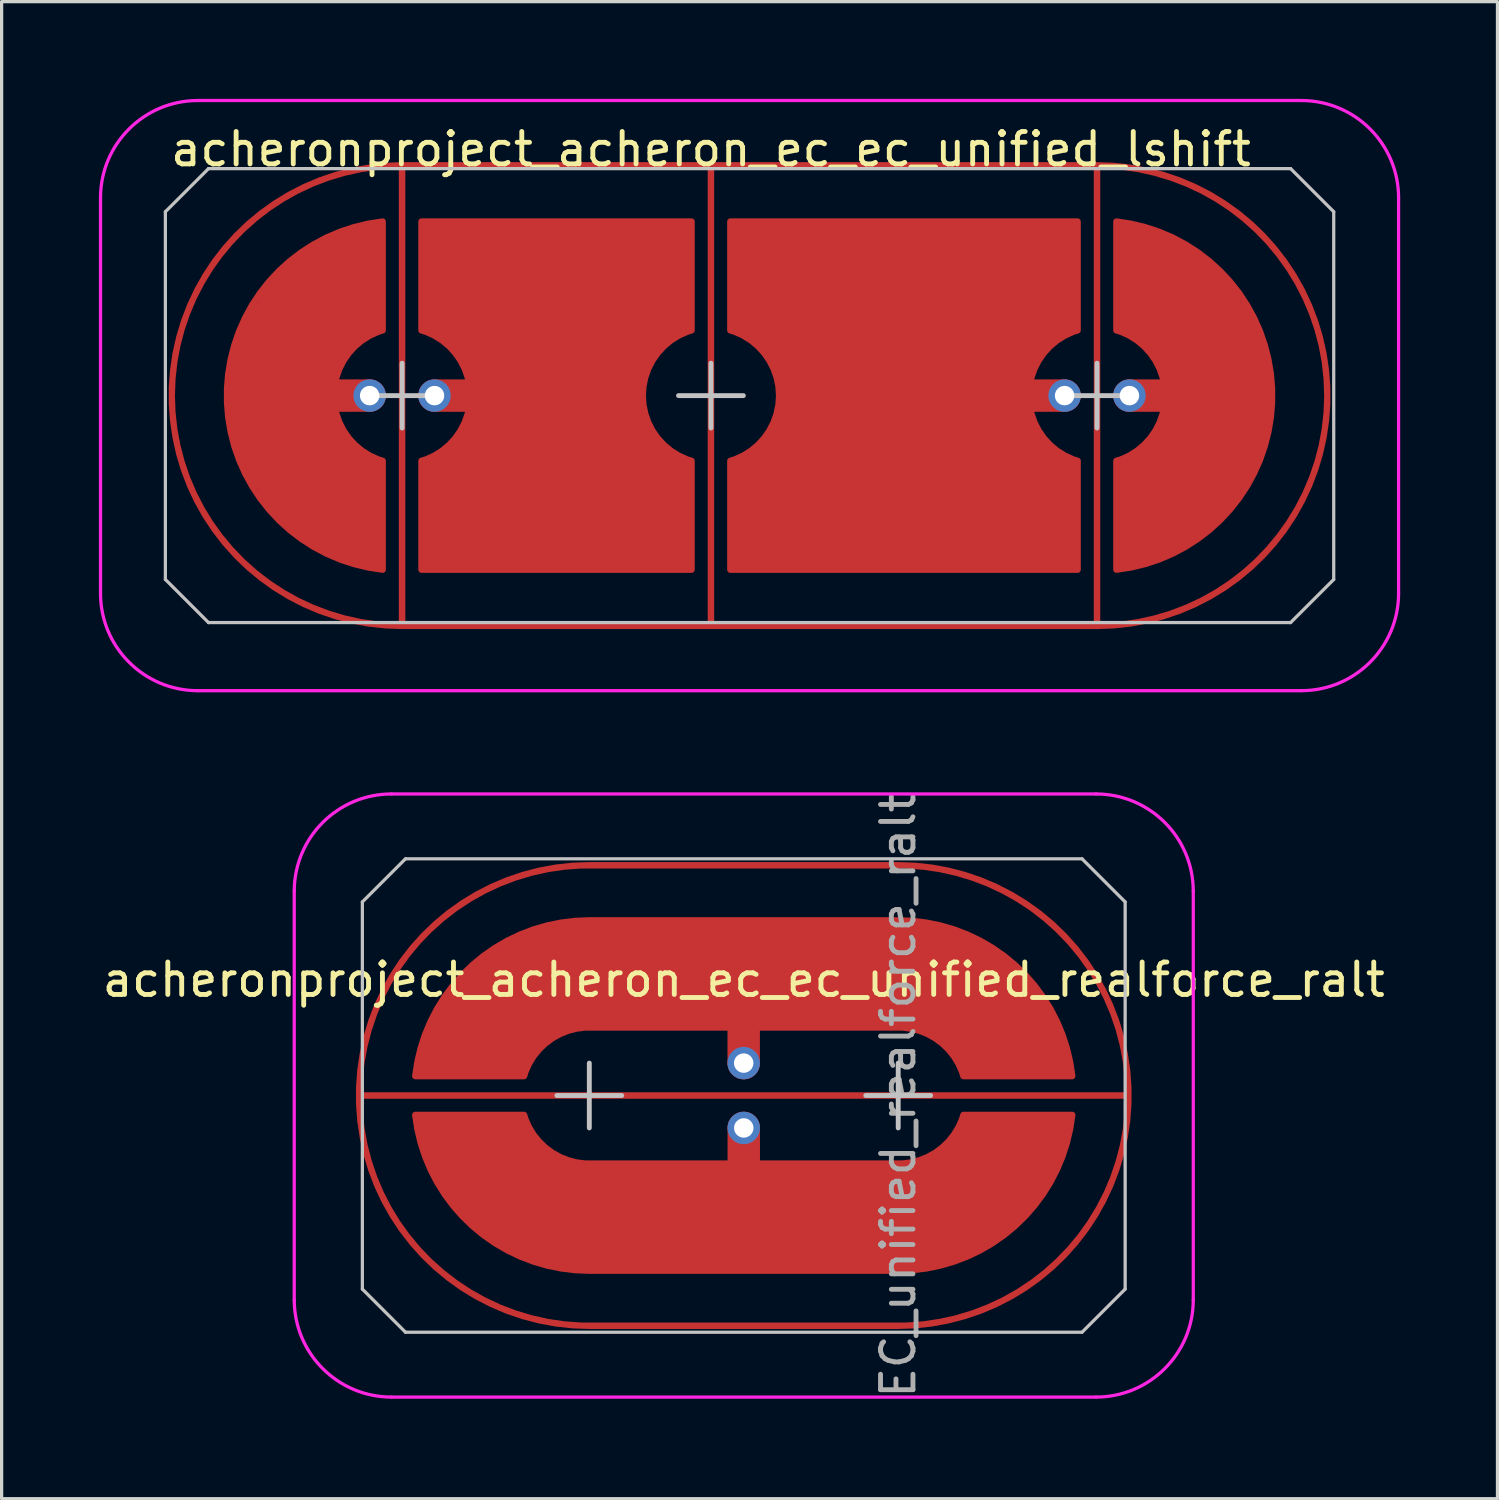
<source format=kicad_pcb>
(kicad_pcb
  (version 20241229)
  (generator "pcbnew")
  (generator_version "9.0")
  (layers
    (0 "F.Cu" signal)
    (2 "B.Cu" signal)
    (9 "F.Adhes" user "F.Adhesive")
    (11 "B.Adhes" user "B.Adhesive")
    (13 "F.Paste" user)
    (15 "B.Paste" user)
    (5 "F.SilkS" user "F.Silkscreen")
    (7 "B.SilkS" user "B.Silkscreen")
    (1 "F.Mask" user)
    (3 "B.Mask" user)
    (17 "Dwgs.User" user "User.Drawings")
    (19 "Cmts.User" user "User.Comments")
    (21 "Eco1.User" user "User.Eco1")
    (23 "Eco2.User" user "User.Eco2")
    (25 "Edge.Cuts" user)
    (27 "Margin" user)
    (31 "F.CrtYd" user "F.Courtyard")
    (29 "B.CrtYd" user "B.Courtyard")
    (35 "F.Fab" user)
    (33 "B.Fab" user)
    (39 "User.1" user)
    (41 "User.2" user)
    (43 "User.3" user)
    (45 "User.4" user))
  (footprint "acheronproject_acheron_ec_ec_unified_lshift"
    (layer "F.Cu")
    (at 18.875 9.15)
    (property "Reference" "acheronproject_acheron_ec_ec_unified_lshift" (at 0 -7.6 0) (layer "F.SilkS") (effects (font (size 1 1) (thickness 0.15))))
    (attr through_hole)
    (fp_line (start -16.825 -5.67) (end -15.495 -7) (stroke (width 0.1) (type solid)) (layer "Dwgs.User"))
    (fp_line (start -16.825 5.67) (end -16.825 -5.67) (stroke (width 0.1) (type solid)) (layer "Dwgs.User"))
    (fp_line (start -16.825 5.67) (end -15.495 7) (stroke (width 0.1) (type solid)) (layer "Dwgs.User"))
    (fp_line (start -15.495 -7) (end 17.876 -7) (stroke (width 0.1) (type solid)) (layer "Dwgs.User"))
    (fp_line (start -10.525 0) (end -8.525 0) (stroke (width 0.15) (type default)) (layer "Dwgs.User"))
    (fp_line (start -9.525 -1) (end -9.525 1) (stroke (width 0.15) (type default)) (layer "Dwgs.User"))
    (fp_line (start -1 0) (end 1 0) (stroke (width 0.15) (type default)) (layer "Dwgs.User"))
    (fp_line (start 0 -1) (end 0 1) (stroke (width 0.15) (type default)) (layer "Dwgs.User"))
    (fp_line (start 10.906 0) (end 12.906 0) (stroke (width 0.15) (type default)) (layer "Dwgs.User"))
    (fp_line (start 11.906 -1) (end 11.906 1) (stroke (width 0.15) (type default)) (layer "Dwgs.User"))
    (fp_line (start 17.876 -7) (end 19.206 -5.67) (stroke (width 0.1) (type solid)) (layer "Dwgs.User"))
    (fp_line (start 17.876 7) (end -15.495 7) (stroke (width 0.1) (type solid)) (layer "Dwgs.User"))
    (fp_line (start 19.206 -5.67) (end 19.206 5.67) (stroke (width 0.1) (type solid)) (layer "Dwgs.User"))
    (fp_line (start 19.206 5.67) (end 17.876 7) (stroke (width 0.1) (type solid)) (layer "Dwgs.User"))
    (fp_line (start -18.825 6.1) (end -18.825 -6.1) (stroke (width 0.1) (type solid)) (layer "F.CrtYd"))
    (fp_line (start -15.825 -9.1) (end 18.206 -9.1) (stroke (width 0.1) (type solid)) (layer "F.CrtYd"))
    (fp_line (start -15.825 9.1) (end 18.206 9.1) (stroke (width 0.1) (type solid)) (layer "F.CrtYd"))
    (fp_line (start 21.206 6.1) (end 21.206 -6.1) (stroke (width 0.1) (type solid)) (layer "F.CrtYd"))
    (fp_arc (start -18.825 -6.1) (mid -17.94632 -8.22132) (end -15.825 -9.1) (stroke (width 0.1) (type solid)) (layer "F.CrtYd"))
    (fp_arc (start -15.825 9.1) (mid -17.94632 8.22132) (end -18.825 6.1) (stroke (width 0.1) (type solid)) (layer "F.CrtYd"))
    (fp_arc (start 18.20625 -9.1) (mid 20.32757 -8.22132) (end 21.20625 -6.1) (stroke (width 0.1) (type solid)) (layer "F.CrtYd"))
    (fp_arc (start 21.20625 6.1) (mid 20.32757 8.22132) (end 18.20625 9.1) (stroke (width 0.1) (type solid)) (layer "F.CrtYd"))
    (pad "" smd circle (at -10.525 0) (size 0.55 0.55) (layers "F.Mask"))
    (pad "" smd circle (at -8.525 0) (size 0.55 0.55) (layers "F.Mask"))
    (pad "" smd circle (at 10.906 0) (size 0.55 0.55) (layers "F.Mask"))
    (pad "" smd circle (at 12.906 0) (size 0.55 0.55) (layers "F.Mask"))
    (pad "1" smd custom (at -9.525 0 90) (size 0.2 0.2) (layers "F.Cu") (options (anchor circle)) (primitives (gr_line (start 7.1 0) (end -7.1 0) (width 0.2)) (gr_arc (start -7.1 0) (mid 0 -7.1) (end 7.1 0) (width 0.2)) (gr_line (start 7.1 0) (end 7.1 21.431) (width 0.2)) (gr_line (start -7.1 21.431) (end 7.1 21.431) (width 0.2)) (gr_arc (start 7.1 21.43125) (mid 0 28.53125) (end -7.1 21.43125) (width 0.2)) (gr_line (start -7.1 9.525) (end 7.1 9.525) (width 0.2)) (gr_line (start -7.1 0) (end -7.1 21.431) (width 0.2))))
    (pad "2" smd custom (at -13.625 0) (size 0.2 0.2) (layers "F.Cu") (options (anchor circle)) (primitives (gr_poly (pts (xy 3.1 5.3) (xy 2.1 5) (xy 1.1 4.5) (xy 0.1 3.6) (xy -0.9 2) (xy -1.2 1) (xy -1.3 0) (xy -1.2 -1) (xy -0.9 -2) (xy 0.1 -3.6) (xy 1.1 -4.5) (xy 2.1 -5) (xy 3.1 -5.3) (xy 3.5 -5.367) (xy 3.5 -2.012) (xy 3.1 -1.8) (xy 2.2 -1) (xy 2 0) (xy 2.2 1) (xy 3.1 1.8) (xy 3.5 2.012) (xy 3.5 5.367)) (width 0) (fill yes)) (gr_line (start 3.1 0) (end 0.6 0) (width 1)) (gr_line (start 3.5 2.012) (end 3.5 5.367) (width 0.2)) (gr_line (start 3.5 -2.012) (end 3.5 -5.367) (width 0.2)) (gr_arc (start 3.5 5.366562) (mid -1.299999 0.001944) (end 3.496136 -5.366129) (width 0.2)) (gr_arc (start 3.5 2.01246) (mid 2.000002 0.001775) (end 3.496598 -2.011443) (width 0.2))))
    (pad "2" thru_hole circle (at -10.525 0) (size 1 1) (drill 0.6) (layers "*.Cu" "B.Mask"))
    (pad "2" thru_hole circle (at 10.906 0) (size 1 1) (drill 0.6) (layers "*.Cu" "B.Mask"))
    (pad "3" thru_hole circle (at -8.525 0) (size 1 1) (drill 0.6) (layers "*.Cu" "B.Mask"))
    (pad "3" smd custom (at -4.068 0 180) (size 0.2 0.2) (layers "F.Cu") (options (anchor circle)) (primitives (gr_poly (pts (xy -3.464 5.366) (xy -3.468 2.012) (xy -3.068 1.8) (xy -2.168 1) (xy -1.968 -0.002) (xy -2.168 -1) (xy -3.068 -1.8) (xy -3.468 -2.012) (xy -3.468 -5.367) (xy 4.857 -5.367) (xy 4.857 -2.012) (xy 4.457 -1.8) (xy 3.557 -1) (xy 3.357 0) (xy 3.557 1) (xy 4.457 1.8) (xy 4.857 2.012) (xy 4.857 5.367)) (width 0) (fill yes)) (gr_line (start -3.468 2.012) (end -3.468 5.367) (width 0.2)) (gr_line (start 4.857 2.012) (end 4.857 5.367) (width 0.2)) (gr_line (start 1.957 0) (end 4.457 0) (width 1)) (gr_arc (start 4.857287 2.01246) (mid 3.357289 0.001775) (end 4.853885 -2.011443) (width 0.2)) (gr_arc (start -3.467713 -2.01246) (mid -1.967715 -0.001775) (end -3.464311 2.011443) (width 0.2)) (gr_line (start 4.825 2.012) (end 4.825 5.367) (width 0.2)) (gr_line (start -3.468 5.367) (end -3.468 2.012) (width 0.2)) (gr_line (start 4.857 5.367) (end -3.468 5.367) (width 0.2)) (gr_line (start -3.468 -2.012) (end -3.468 -5.367) (width 0.2)) (gr_line (start 4.857 -5.367) (end 4.857 -2.012) (width 0.2)) (gr_line (start 4.857 -2.012) (end 4.857 -5.367) (width 0.2)) (gr_line (start -3.468 -5.367) (end 4.857 -5.367) (width 0.2))))
    (pad "3" thru_hole circle (at 12.906 0) (size 1 1) (drill 0.6) (layers "*.Cu" "B.Mask"))
    (pad "4" smd custom (at 6.025 0) (size 0.2 0.2) (layers "F.Cu") (options (anchor circle)) (primitives (gr_poly (pts (xy -5.421 5.366) (xy -5.425 2.012) (xy -5.025 1.8) (xy -4.125 1) (xy -3.925 -0.002) (xy -4.125 -1) (xy -5.025 -1.8) (xy -5.425 -2.012) (xy -5.425 -5.367) (xy 5.275 -5.367) (xy 5.281 -2.011) (xy 5.031 -1.883) (xy 4.881 -1.8) (xy 3.981 -1) (xy 3.781 0.002) (xy 3.981 1) (xy 4.881 1.8) (xy 5.285 2.012) (xy 5.281 5.367)) (width 0) (fill yes)) (gr_arc (start 5.28125 2.01246) (mid 3.781252 0.001775) (end 5.277848 -2.011443) (width 0.2)) (gr_line (start 5.281 2.012) (end 5.281 5.367) (width 0.2)) (gr_line (start 5.281 -2.012) (end 5.281 -5.367) (width 0.2)) (gr_line (start 4.881 0) (end 2.381 0) (width 1)) (gr_line (start -5.425 -5.367) (end 5.275 -5.367) (width 0.2)) (gr_line (start -5.425 -2.012) (end -5.425 -5.367) (width 0.2)) (gr_line (start 5.281 5.367) (end -5.425 5.367) (width 0.2)) (gr_line (start -5.425 5.367) (end -5.425 2.012) (width 0.2)) (gr_arc (start -5.425 -2.01246) (mid -3.925002 -0.001775) (end -5.421598 2.011443) (width 0.2)) (gr_line (start -5.425 2.012) (end -5.425 5.367) (width 0.2)) (gr_arc (start 5.284652 2.01246) (mid 3.784652 0.001775) (end 5.28125 -2.011443) (width 0.2)) (gr_line (start 0 0) (end 2.5 0) (width 1))))
    (pad "5" smd custom (at 16.006 0) (size 0.2 0.2) (layers "F.Cu") (options (anchor circle)) (primitives (gr_poly (pts (xy -3.1 -5.3) (xy -2.1 -5) (xy -1.1 -4.5) (xy -0.1 -3.6) (xy 0.9 -2) (xy 1.2 -1) (xy 1.3 0) (xy 1.2 1) (xy 0.9 2) (xy -0.1 3.6) (xy -1.1 4.5) (xy -2.1 5) (xy -3.5 5.367) (xy -3.5 2.012) (xy -3.1 1.8) (xy -2.2 1) (xy -2 0) (xy -2.2 -1) (xy -3.1 -1.8) (xy -3.5 -2.012) (xy -3.5 -5.367)) (width 0) (fill yes)) (gr_line (start -3.5 -2.012) (end -3.5 -5.367) (width 0.2)) (gr_arc (start -3.5 -2.01246) (mid -2.000002 -0.001775) (end -3.496598 2.011443) (width 0.2)) (gr_arc (start -3.5 -5.366562) (mid 1.299999 -0.001944) (end -3.496136 5.366129) (width 0.2)) (gr_line (start -3.5 2.012) (end -3.5 5.367) (width 0.2)) (gr_line (start -0.6 0) (end -3.1 0) (width 1))))
    (zone (net_name "") (layer "F.Cu") (hatch edge 0.508) (connect_pads) (min_thickness 0.254) (filled_areas_thickness no) (keepout (tracks allowed) (vias allowed) (pads allowed) (copperpour not_allowed) (footprints allowed)) (placement (enabled no)) (fill) (polygon (pts (xy 31.781 2.15) (xy 32.781 2.35) (xy 33.781 2.75) (xy 34.781 3.25) (xy 35.781 4.15) (xy 36.681 5.15) (xy 37.181 6.15) (xy 37.581 7.15) (xy 37.781 8.15) (xy 37.881 9.15) (xy 37.781 10.15) (xy 37.581 11.15) (xy 37.181 12.15) (xy 36.781 12.95) (xy 35.781 14.25) (xy 34.781 15.05) (xy 33.781 15.65) (xy 32.781 15.95) (xy 31.781 16.15) (xy 30.781 16.25) (xy 9.35 16.25) (xy 8.35 16.15) (xy 7.35 15.95) (xy 6.35 15.55) (xy 5.35 15.05) (xy 4.35 14.15) (xy 3.45 13.15) (xy 2.95 12.15) (xy 2.55 11.15) (xy 2.35 10.15) (xy 2.25 9.15) (xy 2.35 8.15) (xy 2.55 7.25) (xy 2.95 6.15) (xy 3.45 5.15) (xy 4.25 4.15) (xy 5.35 3.25) (xy 6.35 2.75) (xy 7.35 2.35) (xy 8.35 2.15) (xy 9.35 2.05) (xy 30.781 2.05)))))
  (footprint "acheronproject_acheron_ec_ec_unified_realforce_ralt"
    (layer "F.Cu")
    (at 19.887 30.735)
    (property "Reference" "acheronproject_acheron_ec_ec_unified_realforce_ralt" (at 0 -3.572 0) (layer "F.SilkS") (effects (font (size 1 1) (thickness 0.15))))
    (property "Value" "EC_unified_realforce_ralt" (at 0 0 0) (layer "F.Fab") (hide yes) (effects (font (size 1 1) (thickness 0.15))))
    (attr through_hole)
    (fp_line (start -11.762 -5.97) (end -10.432 -7.3) (stroke (width 0.1) (type solid)) (layer "Dwgs.User"))
    (fp_line (start -11.762 5.97) (end -11.762 -5.97) (stroke (width 0.1) (type solid)) (layer "Dwgs.User"))
    (fp_line (start -10.432 -7.3) (end 10.432 -7.3) (stroke (width 0.1) (type solid)) (layer "Dwgs.User"))
    (fp_line (start -10.432 7.3) (end -11.762 5.97) (stroke (width 0.1) (type solid)) (layer "Dwgs.User"))
    (fp_line (start -5.763 0) (end -3.763 0) (stroke (width 0.15) (type default)) (layer "Dwgs.User"))
    (fp_line (start -4.763 -1) (end -4.763 1) (stroke (width 0.15) (type default)) (layer "Dwgs.User"))
    (fp_line (start 3.763 0) (end 5.763 0) (stroke (width 0.15) (type default)) (layer "Dwgs.User"))
    (fp_line (start 4.763 -1) (end 4.763 1) (stroke (width 0.15) (type default)) (layer "Dwgs.User"))
    (fp_line (start 10.432 -7.3) (end 11.762 -5.97) (stroke (width 0.1) (type solid)) (layer "Dwgs.User"))
    (fp_line (start 10.432 7.3) (end -10.432 7.3) (stroke (width 0.1) (type solid)) (layer "Dwgs.User"))
    (fp_line (start 10.432 7.3) (end 11.762 5.97) (stroke (width 0.1) (type solid)) (layer "Dwgs.User"))
    (fp_line (start 11.762 -5.97) (end 11.762 5.97) (stroke (width 0.1) (type solid)) (layer "Dwgs.User"))
    (fp_line (start -13.863 6.3) (end -13.863 -6.3) (stroke (width 0.1) (type solid)) (layer "F.CrtYd"))
    (fp_line (start -10.863 -9.3) (end 10.863 -9.3) (stroke (width 0.1) (type solid)) (layer "F.CrtYd"))
    (fp_line (start 10.863 9.3) (end -10.863 9.3) (stroke (width 0.1) (type solid)) (layer "F.CrtYd"))
    (fp_line (start 13.863 6.3) (end 13.863 -6.3) (stroke (width 0.1) (type solid)) (layer "F.CrtYd"))
    (fp_arc (start -13.8625 -6.3) (mid -12.98382 -8.42132) (end -10.8625 -9.3) (stroke (width 0.1) (type solid)) (layer "F.CrtYd"))
    (fp_arc (start -10.8625 9.3) (mid -12.98382 8.42132) (end -13.8625 6.3) (stroke (width 0.1) (type solid)) (layer "F.CrtYd"))
    (fp_arc (start 10.8625 -9.3) (mid 12.98382 -8.42132) (end 13.8625 -6.3) (stroke (width 0.1) (type solid)) (layer "F.CrtYd"))
    (fp_arc (start 13.8625 6.3) (mid 12.98382 8.42132) (end 10.8625 9.3) (stroke (width 0.1) (type solid)) (layer "F.CrtYd"))
    (fp_text user "${VALUE}" (at 4.763 0 270) (layer "F.Fab") (effects (font (size 1 1) (thickness 0.15))))
    (pad "" smd circle (at 0 -1 90) (size 0.55 0.55) (layers "F.Mask"))
    (pad "" smd circle (at 0 1 90) (size 0.55 0.55) (layers "F.Mask"))
    (pad "1" smd custom (at 0 0 90) (size 0.2 0.2) (layers "F.Cu") (options (anchor circle)) (primitives (gr_line (start 0 -11.863) (end 0 11.863) (width 0.2)) (gr_arc (start -7.1 -4.7625) (mid 0 -11.8625) (end 7.1 -4.7625) (width 0.2)) (gr_line (start 7.1 -4.763) (end 7.1 4.763) (width 0.2)) (gr_line (start -7.1 -4.763) (end -7.1 4.763) (width 0.2)) (gr_arc (start 7.1 4.7625) (mid 0 11.8625) (end -7.1 4.7625) (width 0.2))))
    (pad "2" thru_hole circle (at 0 1 90) (size 1 1) (drill 0.6) (layers "*.Cu" "B.Mask"))
    (pad "2" smd custom (at 0 4.1 90) (size 0.2 0.2) (layers "F.Cu") (options (anchor circle)) (primitives (gr_rect (start -1.3 -4.763) (end 2 4.763) (width 0.2) (fill yes)) (gr_arc (start 3.500001 6.77496) (mid 2.416255 6.017489) (end 2.000001 4.7625) (width 0.2)) (gr_arc (start 3.499999 10.129062) (mid 0.075078 8.362499) (end -1.299999 4.7625) (width 0.2)) (gr_line (start 3.5 6.775) (end 3.5 10.129) (width 0.2)) (gr_poly (pts (xy 3.1 10.062) (xy 2.1 9.762) (xy 1.1 9.262) (xy 0.1 8.363) (xy -0.9 6.763) (xy -1.2 5.763) (xy -1.3 4.763) (xy 2 4.763) (xy 2.2 5.763) (xy 3.1 6.562) (xy 3.5 6.775) (xy 3.5 10.129)) (width 0) (fill yes)) (gr_poly (pts (xy -1.3 -4.763) (xy -1.2 -5.763) (xy -0.9 -6.763) (xy 0.1 -8.363) (xy 1.1 -9.262) (xy 2.1 -9.762) (xy 3.1 -10.062) (xy 3.5 -10.129) (xy 3.5 -6.775) (xy 3.1 -6.562) (xy 2.2 -5.763) (xy 2 -4.763)) (width 0) (fill yes)) (gr_line (start 3.1 0) (end 0.6 0) (width 1)) (gr_line (start 3.5 -6.775) (end 3.5 -10.129) (width 0.2)) (gr_arc (start -1.299999 -4.7625) (mid 0.073783 -8.36105) (end 3.496136 -10.128629) (width 0.2)) (gr_arc (start 2.000001 -4.7625) (mid 2.415194 -6.016065) (end 3.496598 -6.773943) (width 0.2))))
    (pad "3" smd custom (at -0.002 -4.1 90) (size 0.2 0.2) (layers "F.Cu") (options (anchor circle)) (primitives (gr_rect (start -2 -4.761) (end 1.3 4.764) (width 0.2) (fill yes)) (gr_poly (pts (xy -3.1 -10.061) (xy -2.1 -9.761) (xy -1.1 -9.261) (xy -0.1 -8.361) (xy 0.9 -6.761) (xy 1.2 -5.761) (xy 1.3 -4.761) (xy -2 -4.761) (xy -2.2 -5.761) (xy -3.1 -6.561) (xy -3.5 -6.773) (xy -3.5 -10.127)) (width 0) (fill yes)) (gr_line (start -3.5 -6.773) (end -3.5 -10.127) (width 0.2)) (gr_arc (start -3.500001 -6.773185) (mid -2.416255 -6.015715) (end -2 -4.760725) (width 0.2)) (gr_arc (start -3.499999 -10.127287) (mid -0.075078 -8.360724) (end 1.299999 -4.760725) (width 0.2)) (gr_line (start -0.6 0) (end -3.1 0) (width 1)) (gr_poly (pts (xy 1.3 4.764) (xy 1.2 5.764) (xy 0.9 6.764) (xy -0.1 8.364) (xy -1.1 9.264) (xy -2.1 9.764) (xy -3.5 10.131) (xy -3.5 6.777) (xy -3.1 6.564) (xy -2.2 5.764) (xy -2 4.764)) (width 0) (fill yes)) (gr_arc (start -2.000001 4.764275) (mid -2.415194 6.01784) (end -3.496598 6.775718) (width 0.2)) (gr_line (start -3.5 6.777) (end -3.5 10.131) (width 0.2)) (gr_arc (start 1.299999 4.764275) (mid -0.073783 8.362825) (end -3.496136 10.130405) (width 0.2))))
    (pad "3" thru_hole circle (at -0.002 -1 90) (size 1 1) (drill 0.6) (layers "*.Cu" "B.Mask"))
    (zone (net_name "") (layer "F.Cu") (hatch edge 0.508) (connect_pads) (min_thickness 0.254) (filled_areas_thickness no) (keepout (tracks allowed) (vias allowed) (pads allowed) (copperpour not_allowed) (footprints allowed)) (placement (enabled no)) (fill) (polygon (pts (xy 8.124 29.735) (xy 8.324 28.735) (xy 8.724 27.735) (xy 9.224 26.735) (xy 10.124 25.735) (xy 11.124 24.835) (xy 12.124 24.335) (xy 13.124 23.935) (xy 14.124 23.735) (xy 15.124 23.635) (xy 24.649 23.635) (xy 25.649 23.735) (xy 26.649 23.935) (xy 28.449 24.735) (xy 29.749 25.735) (xy 30.549 26.735) (xy 31.149 27.735) (xy 31.449 28.735) (xy 31.649 29.735) (xy 31.749 30.735) (xy 31.649 31.735) (xy 31.449 32.735) (xy 31.049 33.735) (xy 30.549 34.735) (xy 29.649 35.735) (xy 28.649 36.635) (xy 27.649 37.135) (xy 26.649 37.535) (xy 25.649 37.735) (xy 24.649 37.835) (xy 15.124 37.835) (xy 14.124 37.735) (xy 13.224 37.535) (xy 12.124 37.135) (xy 11.124 36.635) (xy 10.124 35.835) (xy 9.224 34.735) (xy 8.724 33.735) (xy 8.324 32.735) (xy 8.124 31.735) (xy 8.024 30.735)))))
  (gr_rect
    (start -3 -3)
    (end 43.131 43.169)
    (stroke (width 0.1) (type default))
    (fill no)
    (layer "Edge.Cuts")))
</source>
